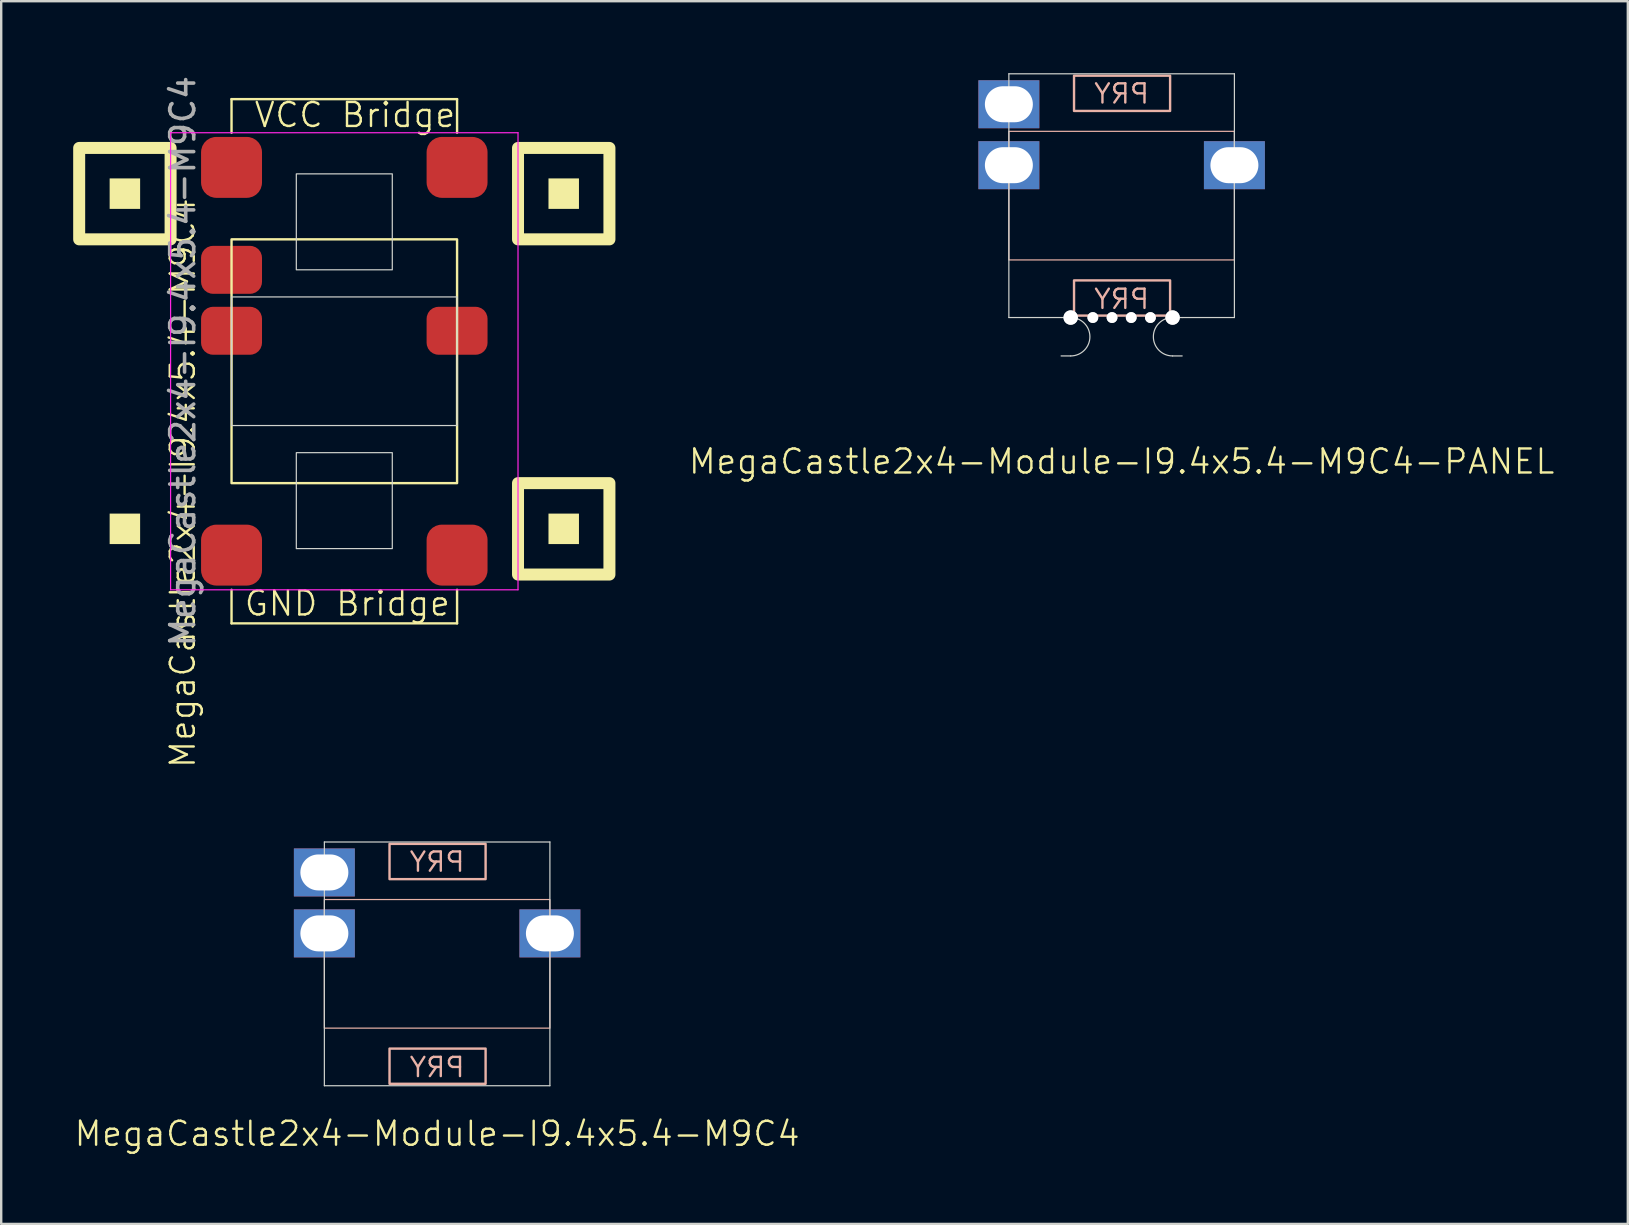
<source format=kicad_pcb>
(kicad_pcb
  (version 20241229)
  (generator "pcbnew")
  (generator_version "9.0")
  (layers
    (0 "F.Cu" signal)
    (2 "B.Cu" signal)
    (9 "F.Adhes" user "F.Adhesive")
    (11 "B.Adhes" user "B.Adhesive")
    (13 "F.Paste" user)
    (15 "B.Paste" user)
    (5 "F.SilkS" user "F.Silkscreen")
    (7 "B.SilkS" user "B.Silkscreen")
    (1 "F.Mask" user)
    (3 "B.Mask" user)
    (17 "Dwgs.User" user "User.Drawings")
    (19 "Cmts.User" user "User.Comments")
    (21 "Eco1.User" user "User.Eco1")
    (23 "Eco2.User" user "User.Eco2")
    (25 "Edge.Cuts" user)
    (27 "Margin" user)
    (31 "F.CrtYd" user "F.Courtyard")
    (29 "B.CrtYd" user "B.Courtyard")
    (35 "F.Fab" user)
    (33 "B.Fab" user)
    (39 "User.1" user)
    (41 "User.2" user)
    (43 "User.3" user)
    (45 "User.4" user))
  (footprint "MegaCastle2x4-Module-I9.4x5.4-M9C4"
    (layer "F.Cu")
    (at 15.169 37.122)
    (property "Reference" "MegaCastle2x4-Module-I9.4x5.4-M9C4" (at 0 7.08 0) (unlocked yes) (layer "F.SilkS") (effects (font (size 1 1) (thickness 0.1))))
    (attr smd)
    (fp_rect (start -4.7 2.68) (end 4.7 -2.68) (stroke (width 0.05) (type default)) (fill no) (layer "B.SilkS"))
    (fp_rect (start -1.984 -3.531) (end 2.02 -5) (stroke (width 0.1) (type default)) (fill no) (layer "B.SilkS"))
    (fp_rect (start -1.984 3.531) (end 2.02 5) (stroke (width 0.1) (type default)) (fill no) (layer "B.SilkS"))
    (fp_line (start -4.7 -5.08) (end -4.7 5.08) (stroke (width 0.05) (type default)) (layer "Edge.Cuts"))
    (fp_line (start -4.7 -5.08) (end 4.7 -5.08) (stroke (width 0.05) (type default)) (layer "Edge.Cuts"))
    (fp_line (start -4.7 5.08) (end 4.7 5.08) (stroke (width 0.05) (type default)) (layer "Edge.Cuts"))
    (fp_line (start 4.7 -5.08) (end 4.7 5.08) (stroke (width 0.05) (type default)) (layer "Edge.Cuts"))
    (fp_text user "PRY" (at 0 -3.78 0) (unlocked yes) (layer "B.SilkS") (effects (font (size 0.8 0.8) (thickness 0.1)) (justify bottom mirror)))
    (fp_text user "PRY" (at 0 4.78 0) (unlocked yes) (layer "B.SilkS") (effects (font (size 0.8 0.8) (thickness 0.1)) (justify bottom mirror)))
    (pad "1" thru_hole rect (at -4.7 -3.81) (size 2.54 2) (drill oval 2 1.5) (property pad_prop_castellated) (layers "*.Cu" "*.Mask"))
    (pad "2" thru_hole rect (at -4.7 -1.27) (size 2.54 2) (drill oval 2 1.5) (property pad_prop_castellated) (layers "*.Cu" "*.Mask"))
    (pad "6" thru_hole rect (at 4.7 -1.27) (size 2.54 2) (drill oval 2 1.5) (property pad_prop_castellated) (layers "*.Cu" "*.Mask"))
    (zone (net_name "") (layer "B.Cu") (hatch edge 0.5) (connect_pads) (min_thickness 0.25) (filled_areas_thickness no) (keepout (tracks allowed) (vias allowed) (pads allowed) (copperpour allowed) (footprints not_allowed)) (placement (enabled no)) (fill) (polygon (pts (xy 10.469 42.202) (xy 10.469 32.042))))
    (zone (net_name "") (layer "B.Cu") (hatch edge 0.5) (connect_pads) (min_thickness 0.25) (filled_areas_thickness no) (keepout (tracks allowed) (vias allowed) (pads allowed) (copperpour allowed) (footprints not_allowed)) (placement (enabled no)) (fill) (polygon (pts (xy 19.869 42.202) (xy 19.869 32.042))))
    (zone (net_name "") (layer "B.Cu") (hatch edge 0.5) (connect_pads) (min_thickness 0.25) (filled_areas_thickness no) (keepout (tracks allowed) (vias allowed) (pads allowed) (copperpour allowed) (footprints not_allowed)) (placement (enabled no)) (fill) (polygon (pts (xy 10.469 32.042) (xy 10.469 34.442) (xy 19.869 34.442) (xy 19.869 32.042))))
    (zone (net_name "") (layer "B.Cu") (hatch edge 0.5) (connect_pads) (min_thickness 0.25) (filled_areas_thickness no) (keepout (tracks allowed) (vias allowed) (pads allowed) (copperpour allowed) (footprints not_allowed)) (placement (enabled no)) (fill) (polygon (pts (xy 10.469 42.202) (xy 10.469 39.802) (xy 19.869 39.802) (xy 19.869 42.202))))
    (zone (net_name "") (layer "B.Cu") (name "Upper Pry Zone") (hatch edge 0.5) (connect_pads) (min_thickness 0.25) (filled_areas_thickness no) (keepout (tracks not_allowed) (vias not_allowed) (pads not_allowed) (copperpour allowed) (footprints not_allowed)) (placement (enabled no)) (fill) (polygon (pts (xy 13.185 33.59) (xy 13.185 32.122) (xy 17.189 32.122) (xy 17.189 33.59))))
    (zone (net_name "") (layer "B.Cu") (name "Upper Pry Zone") (hatch edge 0.5) (connect_pads) (min_thickness 0.25) (filled_areas_thickness no) (keepout (tracks not_allowed) (vias not_allowed) (pads not_allowed) (copperpour allowed) (footprints not_allowed)) (placement (enabled no)) (fill) (polygon (pts (xy 13.185 40.653) (xy 13.185 42.122) (xy 17.189 42.122) (xy 17.189 40.653)))))
  (footprint "MegaCastle2x4-I9.4x5.4-M9C4"
    (layer "F.Cu")
    (at 11.3 12.006)
    (property "Reference" "MegaCastle2x4-I9.4x5.4-M9C4" (at -6.732 5.08 90) (unlocked yes) (layer "F.SilkS") (effects (font (size 1 1) (thickness 0.1))))
    (attr smd)
    (fp_line (start -4.7 -10.925) (end 4.7 -10.925) (stroke (width 0.1) (type default)) (layer "F.SilkS"))
    (fp_line (start -4.7 -9.525) (end -4.7 -10.925) (stroke (width 0.1) (type default)) (layer "F.SilkS"))
    (fp_line (start -4.7 9.525) (end -4.7 10.925) (stroke (width 0.1) (type default)) (layer "F.SilkS"))
    (fp_line (start -4.7 10.925) (end 4.7 10.925) (stroke (width 0.1) (type default)) (layer "F.SilkS"))
    (fp_line (start 4.7 -9.525) (end 4.7 -10.925) (stroke (width 0.1) (type default)) (layer "F.SilkS"))
    (fp_line (start 4.7 9.525) (end 4.7 10.925) (stroke (width 0.1) (type default)) (layer "F.SilkS"))
    (fp_rect (start -8.51 -6.35) (end -9.78 -7.62) (stroke (width 0) (type solid)) (fill yes) (layer "F.SilkS"))
    (fp_rect (start -8.51 7.62) (end -9.78 6.35) (stroke (width 0) (type solid)) (fill yes) (layer "F.SilkS"))
    (fp_rect (start -7.24 -5.08) (end -11.05 -8.89) (stroke (width 0.5) (type default)) (fill no) (layer "F.SilkS"))
    (fp_rect (start -4.7 -5.08) (end 4.7 5.08) (stroke (width 0.1) (type default)) (fill no) (layer "F.SilkS"))
    (fp_rect (start 9.78 -6.35) (end 8.51 -7.62) (stroke (width 0) (type solid)) (fill yes) (layer "F.SilkS"))
    (fp_rect (start 9.78 7.62) (end 8.51 6.35) (stroke (width 0) (type solid)) (fill yes) (layer "F.SilkS"))
    (fp_rect (start 11.05 -5.08) (end 7.24 -8.89) (stroke (width 0.5) (type default)) (fill no) (layer "F.SilkS"))
    (fp_rect (start 11.05 8.89) (end 7.24 5.08) (stroke (width 0.5) (type default)) (fill no) (layer "F.SilkS"))
    (fp_rect (start -4.7 -2.68) (end 4.7 2.68) (stroke (width 0.05) (type default)) (fill no) (layer "Edge.Cuts"))
    (fp_rect (start -2 -3.81) (end 2 -7.81) (stroke (width 0.05) (type default)) (fill no) (layer "Edge.Cuts"))
    (fp_rect (start -2 3.81) (end 2 7.81) (stroke (width 0.05) (type default)) (fill no) (layer "Edge.Cuts"))
    (fp_line (start -7.24 -9.525) (end -7.24 9.525) (stroke (width 0.05) (type default)) (layer "F.CrtYd"))
    (fp_line (start -7.24 9.525) (end 7.24 9.525) (stroke (width 0.05) (type default)) (layer "F.CrtYd"))
    (fp_line (start 7.24 -9.525) (end -7.24 -9.525) (stroke (width 0.05) (type default)) (layer "F.CrtYd"))
    (fp_line (start 7.24 -9.525) (end 7.24 9.525) (stroke (width 0.05) (type default)) (layer "F.CrtYd"))
    (fp_text user "VCC Bridge" (at -3.81 -9.68 0) (unlocked yes) (layer "F.SilkS") (effects (font (size 1 1) (thickness 0.1)) (justify left bottom)))
    (fp_text user "GND Bridge" (at -4.226 10.68 0) (unlocked yes) (layer "F.SilkS") (effects (font (size 1 1) (thickness 0.1)) (justify left bottom)))
    (fp_text user "${REFERENCE}" (at -6.732 0 90) (unlocked yes) (layer "F.Fab") (effects (font (size 1 1) (thickness 0.15))))
    (pad "1" smd roundrect (at -4.7 -3.81) (size 2.54 2) (layers "F.Cu" "F.Mask" "F.Paste") (roundrect_rratio 0.25))
    (pad "2" smd roundrect (at -4.7 -1.27) (size 2.54 2) (layers "F.Cu" "F.Mask" "F.Paste") (roundrect_rratio 0.25))
    (pad "6" smd roundrect (at 4.7 -1.27) (size 2.54 2) (layers "F.Cu" "F.Mask" "F.Paste") (roundrect_rratio 0.25))
    (pad "A1" smd roundrect (at -4.7 -8.08) (size 2.54 2.54) (layers "F.Cu" "F.Mask" "F.Paste") (roundrect_rratio 0.25))
    (pad "A2" smd roundrect (at 4.7 -8.08) (size 2.54 2.54) (layers "F.Cu" "F.Mask" "F.Paste") (roundrect_rratio 0.25))
    (pad "B1" smd roundrect (at -4.7 8.08) (size 2.54 2.54) (layers "F.Cu" "F.Mask" "F.Paste") (roundrect_rratio 0.25))
    (pad "B2" smd roundrect (at 4.7 8.08) (size 2.54 2.54) (layers "F.Cu" "F.Mask" "F.Paste") (roundrect_rratio 0.25)))
  (footprint "MegaCastle2x4-Module-I9.4x5.4-M9C4-PANEL"
    (layer "F.Cu")
    (at 43.698 5.105)
    (property "Reference" "MegaCastle2x4-Module-I9.4x5.4-M9C4-PANEL" (at 0 11.08 0) (unlocked yes) (layer "F.SilkS") (effects (font (size 1 1) (thickness 0.1))))
    (attr smd)
    (fp_rect (start -4.7 2.68) (end 4.7 -2.68) (stroke (width 0.05) (type default)) (fill no) (layer "B.SilkS"))
    (fp_rect (start -1.984 -3.531) (end 2.02 -5) (stroke (width 0.1) (type default)) (fill no) (layer "B.SilkS"))
    (fp_rect (start -1.984 3.531) (end 2.02 5) (stroke (width 0.1) (type default)) (fill no) (layer "B.SilkS"))
    (fp_line (start -4.7 -5.08) (end -4.7 5.08) (stroke (width 0.05) (type default)) (layer "Edge.Cuts"))
    (fp_line (start -4.7 -5.08) (end 4.7 -5.08) (stroke (width 0.05) (type default)) (layer "Edge.Cuts"))
    (fp_line (start -4.7 5.08) (end -2.522 5.08) (stroke (width 0.05) (type default)) (layer "Edge.Cuts"))
    (fp_line (start -2.522 5.08) (end -2.123 5.08) (stroke (width 0.05) (type default)) (layer "Edge.Cuts"))
    (fp_line (start -2.522 6.68) (end -2.123 6.68) (stroke (width 0.05) (type default)) (layer "Edge.Cuts"))
    (fp_line (start 2.522 5.08) (end 2.123 5.08) (stroke (width 0.05) (type default)) (layer "Edge.Cuts"))
    (fp_line (start 2.522 5.08) (end 4.7 5.08) (stroke (width 0.05) (type default)) (layer "Edge.Cuts"))
    (fp_line (start 2.522 6.68) (end 2.123 6.68) (stroke (width 0.05) (type default)) (layer "Edge.Cuts"))
    (fp_line (start 4.7 -5.08) (end 4.7 5.08) (stroke (width 0.05) (type default)) (layer "Edge.Cuts"))
    (fp_arc (start -2.1225 5.08) (mid -1.3225 5.88) (end -2.1225 6.68) (stroke (width 0.05) (type default)) (layer "Edge.Cuts"))
    (fp_arc (start 2.1225 6.68) (mid 1.3225 5.88) (end 2.1225 5.08) (stroke (width 0.05) (type default)) (layer "Edge.Cuts"))
    (fp_text user "PRY" (at 0 -3.78 0) (unlocked yes) (layer "B.SilkS") (effects (font (size 0.8 0.8) (thickness 0.1)) (justify bottom mirror)))
    (fp_text user "PRY" (at 0 4.78 0) (unlocked yes) (layer "B.SilkS") (effects (font (size 0.8 0.8) (thickness 0.1)) (justify bottom mirror)))
    (pad "" np_thru_hole circle (at -2.123 5.08) (size 0.6 0.6) (drill 0.6) (layers "*.Cu" "Edge.Cuts"))
    (pad "" np_thru_hole circle (at -1.2 5.08) (size 0.45 0.45) (drill 0.45) (layers "*.Cu" "Edge.Cuts"))
    (pad "" np_thru_hole circle (at -0.4 5.08) (size 0.45 0.45) (drill 0.45) (layers "*.Cu" "Edge.Cuts"))
    (pad "" np_thru_hole circle (at 0.4 5.08) (size 0.45 0.45) (drill 0.45) (layers "*.Cu" "Edge.Cuts"))
    (pad "" np_thru_hole circle (at 1.2 5.08) (size 0.45 0.45) (drill 0.45) (layers "*.Cu" "Edge.Cuts"))
    (pad "" np_thru_hole circle (at 2.123 5.08) (size 0.6 0.6) (drill 0.6) (layers "*.Cu" "Edge.Cuts"))
    (pad "1" thru_hole rect (at -4.7 -3.81) (size 2.54 2) (drill oval 2 1.5) (property pad_prop_castellated) (layers "*.Cu" "*.Mask"))
    (pad "2" thru_hole rect (at -4.7 -1.27) (size 2.54 2) (drill oval 2 1.5) (property pad_prop_castellated) (layers "*.Cu" "*.Mask"))
    (pad "6" thru_hole rect (at 4.7 -1.27) (size 2.54 2) (drill oval 2 1.5) (property pad_prop_castellated) (layers "*.Cu" "*.Mask"))
    (zone (net_name "") (layer "B.Cu") (hatch edge 0.5) (connect_pads) (min_thickness 0.25) (filled_areas_thickness no) (keepout (tracks allowed) (vias allowed) (pads allowed) (copperpour allowed) (footprints not_allowed)) (placement (enabled no)) (fill) (polygon (pts (xy 38.998 10.185) (xy 38.998 0.025))))
    (zone (net_name "") (layer "B.Cu") (hatch edge 0.5) (connect_pads) (min_thickness 0.25) (filled_areas_thickness no) (keepout (tracks allowed) (vias allowed) (pads allowed) (copperpour allowed) (footprints not_allowed)) (placement (enabled no)) (fill) (polygon (pts (xy 48.398 10.185) (xy 48.398 0.025))))
    (zone (net_name "") (layer "B.Cu") (hatch edge 0.5) (connect_pads) (min_thickness 0.25) (filled_areas_thickness no) (keepout (tracks allowed) (vias allowed) (pads allowed) (copperpour allowed) (footprints not_allowed)) (placement (enabled no)) (fill) (polygon (pts (xy 38.998 0.025) (xy 38.998 2.425) (xy 48.398 2.425) (xy 48.398 0.025))))
    (zone (net_name "") (layer "B.Cu") (hatch edge 0.5) (connect_pads) (min_thickness 0.25) (filled_areas_thickness no) (keepout (tracks allowed) (vias allowed) (pads allowed) (copperpour allowed) (footprints not_allowed)) (placement (enabled no)) (fill) (polygon (pts (xy 38.998 10.185) (xy 38.998 7.785) (xy 48.398 7.785) (xy 48.398 10.185))))
    (zone (net_name "") (layer "B.Cu") (name "Upper Pry Zone") (hatch edge 0.5) (connect_pads) (min_thickness 0.25) (filled_areas_thickness no) (keepout (tracks not_allowed) (vias not_allowed) (pads not_allowed) (copperpour allowed) (footprints not_allowed)) (placement (enabled no)) (fill) (polygon (pts (xy 41.713 1.574) (xy 41.713 0.105) (xy 45.717 0.105) (xy 45.717 1.574))))
    (zone (net_name "") (layer "B.Cu") (name "Upper Pry Zone") (hatch edge 0.5) (connect_pads) (min_thickness 0.25) (filled_areas_thickness no) (keepout (tracks not_allowed) (vias not_allowed) (pads not_allowed) (copperpour allowed) (footprints not_allowed)) (placement (enabled no)) (fill) (polygon (pts (xy 41.713 8.636) (xy 41.713 10.105) (xy 45.717 10.105) (xy 45.717 8.636)))))
  (gr_rect
    (start -3 -3)
    (end 64.795 47.962)
    (stroke (width 0.1) (type default))
    (fill no)
    (layer "Edge.Cuts")))
</source>
